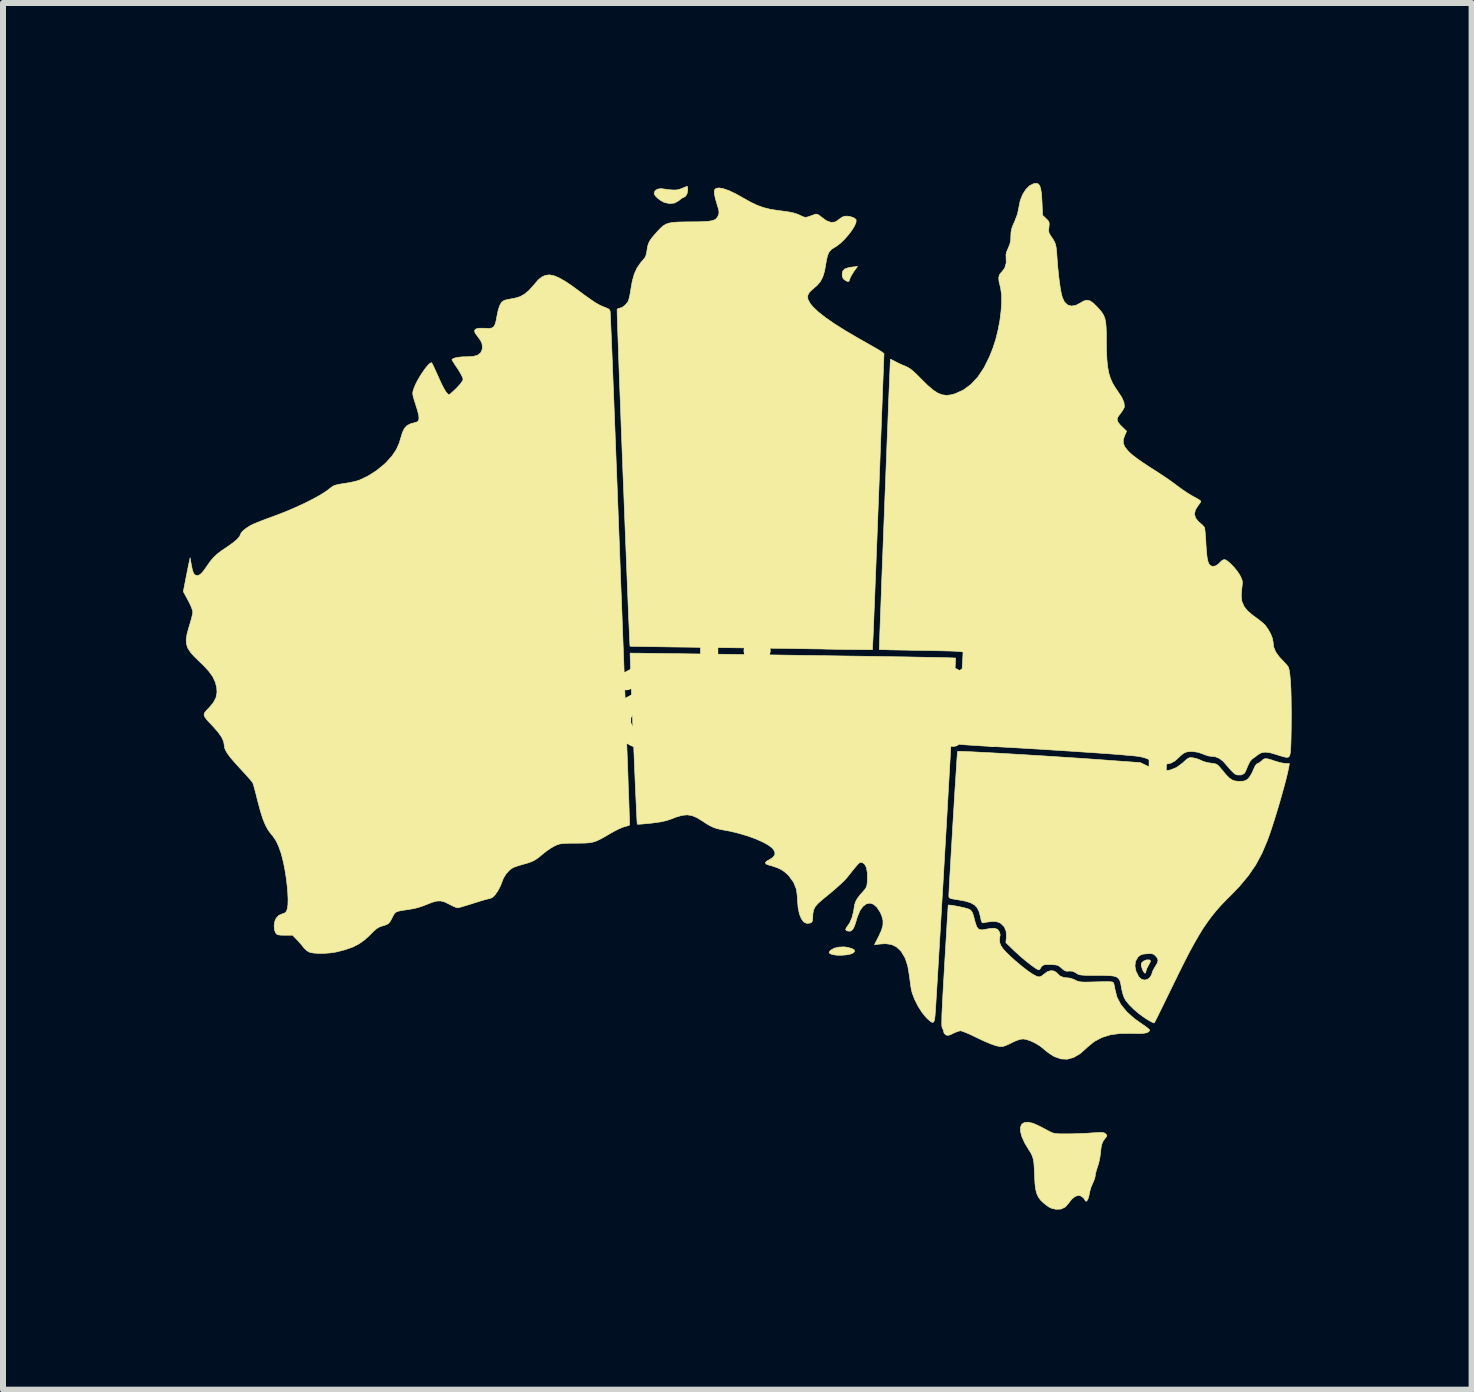
<source format=kicad_pcb>
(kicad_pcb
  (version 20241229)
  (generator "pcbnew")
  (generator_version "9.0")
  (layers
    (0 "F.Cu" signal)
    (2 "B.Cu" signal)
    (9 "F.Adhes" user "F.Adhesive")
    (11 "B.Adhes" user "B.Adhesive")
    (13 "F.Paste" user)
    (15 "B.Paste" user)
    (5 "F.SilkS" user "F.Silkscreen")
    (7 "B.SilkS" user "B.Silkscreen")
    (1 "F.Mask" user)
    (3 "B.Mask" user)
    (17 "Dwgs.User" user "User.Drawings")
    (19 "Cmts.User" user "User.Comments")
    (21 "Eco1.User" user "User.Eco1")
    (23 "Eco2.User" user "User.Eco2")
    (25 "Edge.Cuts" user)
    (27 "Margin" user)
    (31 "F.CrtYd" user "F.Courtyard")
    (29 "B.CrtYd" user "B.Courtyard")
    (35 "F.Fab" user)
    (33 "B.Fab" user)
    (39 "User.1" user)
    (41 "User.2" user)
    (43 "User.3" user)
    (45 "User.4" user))
  (footprint "australia_map"
    (layer "F.Cu")
    (at 9.239 8.555)
    (property "Reference" "australia_map" (at 0 0 0) (layer "F.SilkS") (effects (font (size 1.524 1.524) (thickness 0.3))))
    (attr through_hole)
    (fp_poly (pts (xy 1.941 -7.084) (xy 1.907 -7.03) (xy 1.88 -6.981) (xy 1.871 -6.955) (xy 1.858 -6.92) (xy 1.84 -6.912) (xy 1.806 -6.928) (xy 1.803 -6.929) (xy 1.764 -6.959) (xy 1.747 -6.998) (xy 1.744 -7.037) (xy 1.754 -7.087) (xy 1.786 -7.122) (xy 1.845 -7.144) (xy 1.902 -7.154) (xy 2 -7.165) (xy 1.941 -7.084)) (stroke (width 0.01) (type solid)) (fill yes) (layer "F.SilkS"))
    (fp_poly (pts (xy 6.862 4.39) (xy 6.865 4.391) (xy 6.88 4.401) (xy 6.88 4.419) (xy 6.864 4.453) (xy 6.85 4.476) (xy 6.825 4.524) (xy 6.81 4.564) (xy 6.807 4.577) (xy 6.801 4.608) (xy 6.786 4.61) (xy 6.765 4.585) (xy 6.746 4.545) (xy 6.729 4.487) (xy 6.729 4.45) (xy 6.734 4.439) (xy 6.768 4.409) (xy 6.817 4.39) (xy 6.862 4.39)) (stroke (width 0.01) (type solid)) (fill yes) (layer "F.SilkS"))
    (fp_poly (pts (xy 1.837 4.181) (xy 1.909 4.202) (xy 1.946 4.224) (xy 1.951 4.249) (xy 1.923 4.276) (xy 1.922 4.277) (xy 1.877 4.295) (xy 1.81 4.307) (xy 1.732 4.313) (xy 1.656 4.312) (xy 1.592 4.303) (xy 1.579 4.3) (xy 1.537 4.283) (xy 1.527 4.263) (xy 1.546 4.236) (xy 1.554 4.229) (xy 1.611 4.196) (xy 1.688 4.177) (xy 1.774 4.173) (xy 1.837 4.181)) (stroke (width 0.01) (type solid)) (fill yes) (layer "F.SilkS"))
    (fp_poly (pts (xy -0.832 -8.486) (xy -0.83 -8.448) (xy -0.83 -8.435) (xy -0.839 -8.382) (xy -0.863 -8.338) (xy -0.895 -8.316) (xy -0.905 -8.314) (xy -0.925 -8.304) (xy -0.959 -8.278) (xy -0.976 -8.263) (xy -1.046 -8.223) (xy -1.128 -8.212) (xy -1.216 -8.231) (xy -1.228 -8.236) (xy -1.282 -8.266) (xy -1.333 -8.305) (xy -1.371 -8.344) (xy -1.388 -8.377) (xy -1.389 -8.381) (xy -1.374 -8.425) (xy -1.334 -8.453) (xy -1.275 -8.462) (xy -1.25 -8.459) (xy -1.153 -8.446) (xy -1.081 -8.439) (xy -1.027 -8.439) (xy -0.982 -8.446) (xy -0.939 -8.46) (xy -0.926 -8.465) (xy -0.878 -8.485) (xy -0.846 -8.498) (xy -0.837 -8.501) (xy -0.832 -8.486)) (stroke (width 0.01) (type solid)) (fill yes) (layer "F.SilkS"))
    (fp_poly (pts (xy 4.925 7.113) (xy 5.023 7.156) (xy 5.09 7.191) (xy 5.156 7.226) (xy 5.206 7.253) (xy 5.207 7.253) (xy 5.241 7.269) (xy 5.277 7.28) (xy 5.324 7.286) (xy 5.389 7.289) (xy 5.478 7.289) (xy 5.584 7.288) (xy 5.705 7.284) (xy 5.825 7.279) (xy 5.893 7.274) (xy 5.983 7.269) (xy 6.044 7.266) (xy 6.085 7.267) (xy 6.111 7.273) (xy 6.128 7.283) (xy 6.136 7.29) (xy 6.155 7.313) (xy 6.152 7.332) (xy 6.133 7.355) (xy 6.096 7.403) (xy 6.073 7.455) (xy 6.058 7.522) (xy 6.05 7.6) (xy 6.039 7.685) (xy 6.02 7.773) (xy 6 7.836) (xy 5.98 7.899) (xy 5.965 7.955) (xy 5.961 7.989) (xy 5.953 8.03) (xy 5.932 8.085) (xy 5.917 8.116) (xy 5.889 8.182) (xy 5.869 8.254) (xy 5.864 8.281) (xy 5.853 8.338) (xy 5.837 8.382) (xy 5.819 8.409) (xy 5.803 8.411) (xy 5.796 8.401) (xy 5.766 8.356) (xy 5.721 8.324) (xy 5.683 8.314) (xy 5.63 8.33) (xy 5.575 8.372) (xy 5.523 8.436) (xy 5.52 8.442) (xy 5.463 8.507) (xy 5.393 8.542) (xy 5.308 8.546) (xy 5.235 8.53) (xy 5.192 8.509) (xy 5.139 8.472) (xy 5.097 8.438) (xy 5.048 8.39) (xy 5.012 8.339) (xy 4.986 8.281) (xy 4.968 8.209) (xy 4.957 8.117) (xy 4.951 7.999) (xy 4.95 7.967) (xy 4.945 7.858) (xy 4.939 7.774) (xy 4.929 7.711) (xy 4.913 7.659) (xy 4.891 7.611) (xy 4.859 7.561) (xy 4.859 7.561) (xy 4.787 7.442) (xy 4.74 7.338) (xy 4.716 7.25) (xy 4.715 7.18) (xy 4.736 7.129) (xy 4.779 7.1) (xy 4.842 7.094) (xy 4.925 7.113)) (stroke (width 0.01) (type solid)) (fill yes) (layer "F.SilkS"))
    (fp_poly (pts (xy 3.574 3.481) (xy 3.632 3.491) (xy 3.698 3.504) (xy 3.763 3.518) (xy 3.817 3.532) (xy 3.852 3.543) (xy 3.856 3.545) (xy 3.882 3.56) (xy 3.9 3.579) (xy 3.916 3.607) (xy 3.932 3.652) (xy 3.95 3.721) (xy 3.963 3.771) (xy 3.987 3.84) (xy 4.02 3.879) (xy 4.066 3.89) (xy 4.092 3.888) (xy 4.151 3.877) (xy 4.208 3.867) (xy 4.283 3.863) (xy 4.335 3.882) (xy 4.365 3.925) (xy 4.366 3.927) (xy 4.376 3.964) (xy 4.376 3.983) (xy 4.376 3.984) (xy 4.371 4.003) (xy 4.367 4.044) (xy 4.366 4.06) (xy 4.37 4.104) (xy 4.388 4.15) (xy 4.422 4.202) (xy 4.475 4.262) (xy 4.551 4.335) (xy 4.63 4.406) (xy 4.741 4.499) (xy 4.838 4.574) (xy 4.92 4.629) (xy 4.983 4.663) (xy 5.024 4.674) (xy 5.067 4.66) (xy 5.112 4.625) (xy 5.114 4.623) (xy 5.166 4.585) (xy 5.225 4.569) (xy 5.28 4.577) (xy 5.323 4.608) (xy 5.326 4.613) (xy 5.374 4.658) (xy 5.44 4.685) (xy 5.498 4.689) (xy 5.541 4.694) (xy 5.596 4.712) (xy 5.622 4.724) (xy 5.657 4.741) (xy 5.692 4.752) (xy 5.733 4.758) (xy 5.788 4.76) (xy 5.867 4.759) (xy 5.901 4.758) (xy 6.018 4.755) (xy 6.105 4.753) (xy 6.168 4.753) (xy 6.21 4.754) (xy 6.237 4.757) (xy 6.252 4.761) (xy 6.261 4.768) (xy 6.265 4.775) (xy 6.276 4.805) (xy 6.286 4.855) (xy 6.291 4.884) (xy 6.323 5.011) (xy 6.388 5.134) (xy 6.485 5.254) (xy 6.616 5.371) (xy 6.744 5.461) (xy 6.801 5.5) (xy 6.844 5.533) (xy 6.867 5.556) (xy 6.869 5.563) (xy 6.852 5.588) (xy 6.815 5.605) (xy 6.756 5.615) (xy 6.671 5.617) (xy 6.575 5.614) (xy 6.385 5.615) (xy 6.219 5.637) (xy 6.073 5.682) (xy 5.945 5.75) (xy 5.831 5.843) (xy 5.815 5.859) (xy 5.707 5.954) (xy 5.601 6.016) (xy 5.495 6.045) (xy 5.39 6.04) (xy 5.283 6.002) (xy 5.266 5.993) (xy 5.202 5.953) (xy 5.137 5.904) (xy 5.105 5.876) (xy 5.043 5.826) (xy 4.966 5.779) (xy 4.884 5.74) (xy 4.808 5.714) (xy 4.755 5.707) (xy 4.699 5.716) (xy 4.627 5.743) (xy 4.582 5.764) (xy 4.52 5.795) (xy 4.463 5.819) (xy 4.423 5.833) (xy 4.422 5.833) (xy 4.374 5.834) (xy 4.307 5.82) (xy 4.218 5.789) (xy 4.105 5.741) (xy 3.966 5.675) (xy 3.962 5.673) (xy 3.883 5.635) (xy 3.811 5.604) (xy 3.755 5.582) (xy 3.72 5.571) (xy 3.716 5.571) (xy 3.68 5.579) (xy 3.628 5.598) (xy 3.593 5.615) (xy 3.54 5.64) (xy 3.505 5.648) (xy 3.478 5.642) (xy 3.473 5.64) (xy 3.445 5.614) (xy 3.437 5.591) (xy 3.428 5.554) (xy 3.414 5.528) (xy 3.41 5.517) (xy 3.406 5.498) (xy 3.404 5.467) (xy 3.404 5.423) (xy 3.405 5.363) (xy 3.407 5.284) (xy 3.412 5.185) (xy 3.418 5.062) (xy 3.426 4.913) (xy 3.436 4.736) (xy 3.448 4.528) (xy 3.45 4.487) (xy 3.461 4.306) (xy 3.471 4.135) (xy 3.481 3.978) (xy 3.489 3.837) (xy 3.496 3.715) (xy 3.503 3.615) (xy 3.507 3.54) (xy 3.51 3.493) (xy 3.512 3.477) (xy 3.53 3.476) (xy 3.574 3.481)) (stroke (width 0.01) (type solid)) (fill yes) (layer "F.SilkS"))
    (fp_poly (pts (xy -0.235 -8.461) (xy -0.139 -8.427) (xy -0.024 -8.372) (xy 0.092 -8.307) (xy 0.215 -8.238) (xy 0.324 -8.186) (xy 0.429 -8.147) (xy 0.541 -8.119) (xy 0.671 -8.098) (xy 0.75 -8.088) (xy 0.858 -8.073) (xy 0.941 -8.055) (xy 1.008 -8.033) (xy 1.036 -8.02) (xy 1.089 -7.995) (xy 1.124 -7.984) (xy 1.155 -7.986) (xy 1.195 -7.998) (xy 1.204 -8.001) (xy 1.255 -8.02) (xy 1.296 -8.034) (xy 1.306 -8.038) (xy 1.337 -8.032) (xy 1.381 -8.003) (xy 1.401 -7.986) (xy 1.482 -7.927) (xy 1.557 -7.9) (xy 1.626 -7.905) (xy 1.687 -7.944) (xy 1.695 -7.952) (xy 1.739 -7.984) (xy 1.785 -8.002) (xy 1.838 -8.003) (xy 1.894 -7.992) (xy 1.943 -7.972) (xy 1.973 -7.948) (xy 1.978 -7.937) (xy 1.973 -7.892) (xy 1.945 -7.831) (xy 1.901 -7.761) (xy 1.844 -7.687) (xy 1.78 -7.615) (xy 1.712 -7.55) (xy 1.646 -7.5) (xy 1.617 -7.483) (xy 1.565 -7.449) (xy 1.527 -7.406) (xy 1.501 -7.348) (xy 1.482 -7.266) (xy 1.473 -7.212) (xy 1.451 -7.089) (xy 1.422 -6.993) (xy 1.382 -6.915) (xy 1.326 -6.849) (xy 1.258 -6.791) (xy 1.198 -6.735) (xy 1.17 -6.679) (xy 1.173 -6.619) (xy 1.208 -6.552) (xy 1.256 -6.493) (xy 1.344 -6.409) (xy 1.463 -6.315) (xy 1.614 -6.21) (xy 1.796 -6.095) (xy 2.01 -5.97) (xy 2.142 -5.895) (xy 2.223 -5.849) (xy 2.297 -5.807) (xy 2.356 -5.772) (xy 2.394 -5.748) (xy 2.402 -5.743) (xy 2.441 -5.713) (xy 2.356 -3.453) (xy 2.345 -3.175) (xy 2.335 -2.904) (xy 2.325 -2.642) (xy 2.315 -2.391) (xy 2.306 -2.153) (xy 2.297 -1.93) (xy 2.289 -1.726) (xy 2.282 -1.541) (xy 2.275 -1.379) (xy 2.27 -1.241) (xy 2.265 -1.13) (xy 2.262 -1.047) (xy 2.259 -0.995) (xy 2.259 -0.986) (xy 2.248 -0.779) (xy 1.899 -0.782) (xy 1.785 -0.783) (xy 1.675 -0.785) (xy 1.577 -0.787) (xy 1.497 -0.788) (xy 1.443 -0.79) (xy 1.439 -0.79) (xy 1.406 -0.791) (xy 1.342 -0.792) (xy 1.249 -0.793) (xy 1.13 -0.795) (xy 0.988 -0.797) (xy 0.825 -0.8) (xy 0.643 -0.802) (xy 0.445 -0.805) (xy 0.235 -0.807) (xy 0.014 -0.81) (xy -0.215 -0.813) (xy -0.228 -0.813) (xy -0.455 -0.816) (xy -0.672 -0.819) (xy -0.876 -0.822) (xy -1.067 -0.824) (xy -1.24 -0.827) (xy -1.393 -0.829) (xy -1.526 -0.831) (xy -1.634 -0.833) (xy -1.716 -0.834) (xy -1.768 -0.836) (xy -1.79 -0.837) (xy -1.791 -0.837) (xy -1.792 -0.854) (xy -1.795 -0.903) (xy -1.799 -0.982) (xy -1.803 -1.088) (xy -1.809 -1.22) (xy -1.816 -1.374) (xy -1.823 -1.549) (xy -1.831 -1.744) (xy -1.839 -1.954) (xy -1.848 -2.18) (xy -1.857 -2.417) (xy -1.867 -2.665) (xy -1.877 -2.921) (xy -1.887 -3.183) (xy -1.897 -3.448) (xy -1.908 -3.715) (xy -1.918 -3.982) (xy -1.928 -4.246) (xy -1.938 -4.505) (xy -1.947 -4.756) (xy -1.956 -4.999) (xy -1.965 -5.231) (xy -1.973 -5.449) (xy -1.98 -5.651) (xy -1.986 -5.835) (xy -1.992 -6) (xy -1.997 -6.143) (xy -2.001 -6.261) (xy -2.004 -6.353) (xy -2.005 -6.416) (xy -2.006 -6.449) (xy -2.005 -6.453) (xy -1.983 -6.466) (xy -1.966 -6.469) (xy -1.924 -6.482) (xy -1.877 -6.516) (xy -1.836 -6.562) (xy -1.821 -6.585) (xy -1.808 -6.624) (xy -1.794 -6.684) (xy -1.781 -6.755) (xy -1.779 -6.774) (xy -1.753 -6.921) (xy -1.719 -7.041) (xy -1.673 -7.141) (xy -1.612 -7.229) (xy -1.579 -7.267) (xy -1.545 -7.307) (xy -1.525 -7.349) (xy -1.512 -7.405) (xy -1.507 -7.441) (xy -1.497 -7.5) (xy -1.482 -7.551) (xy -1.455 -7.601) (xy -1.415 -7.656) (xy -1.356 -7.724) (xy -1.321 -7.762) (xy -1.276 -7.809) (xy -1.234 -7.845) (xy -1.19 -7.87) (xy -1.138 -7.888) (xy -1.072 -7.899) (xy -0.988 -7.905) (xy -0.878 -7.907) (xy -0.796 -7.908) (xy -0.662 -7.909) (xy -0.558 -7.912) (xy -0.48 -7.918) (xy -0.422 -7.928) (xy -0.381 -7.942) (xy -0.353 -7.962) (xy -0.333 -7.989) (xy -0.326 -8.002) (xy -0.313 -8.033) (xy -0.308 -8.061) (xy -0.311 -8.095) (xy -0.324 -8.146) (xy -0.338 -8.192) (xy -0.367 -8.292) (xy -0.383 -8.366) (xy -0.386 -8.416) (xy -0.378 -8.448) (xy -0.36 -8.464) (xy -0.309 -8.474) (xy -0.235 -8.461)) (stroke (width 0.01) (type solid)) (fill yes) (layer "F.SilkS"))
    (fp_poly (pts (xy -1.724 -0.721) (xy -1.648 -0.721) (xy -1.546 -0.719) (xy -1.422 -0.718) (xy -1.278 -0.716) (xy -1.116 -0.714) (xy -0.941 -0.712) (xy -0.754 -0.709) (xy -0.669 -0.708) (xy -0.181 -0.702) (xy 0.274 -0.696) (xy 0.696 -0.69) (xy 1.087 -0.684) (xy 1.446 -0.679) (xy 1.775 -0.674) (xy 2.075 -0.67) (xy 2.346 -0.666) (xy 2.589 -0.662) (xy 2.805 -0.659) (xy 2.994 -0.655) (xy 3.157 -0.652) (xy 3.294 -0.65) (xy 3.408 -0.647) (xy 3.497 -0.645) (xy 3.564 -0.643) (xy 3.608 -0.641) (xy 3.63 -0.64) (xy 3.634 -0.639) (xy 3.633 -0.622) (xy 3.631 -0.573) (xy 3.627 -0.494) (xy 3.622 -0.388) (xy 3.615 -0.256) (xy 3.607 -0.101) (xy 3.597 0.075) (xy 3.586 0.271) (xy 3.574 0.484) (xy 3.562 0.712) (xy 3.548 0.953) (xy 3.534 1.204) (xy 3.519 1.465) (xy 3.504 1.732) (xy 3.489 2.004) (xy 3.473 2.279) (xy 3.457 2.554) (xy 3.441 2.827) (xy 3.426 3.097) (xy 3.41 3.361) (xy 3.395 3.617) (xy 3.381 3.863) (xy 3.367 4.098) (xy 3.354 4.318) (xy 3.342 4.522) (xy 3.331 4.707) (xy 3.321 4.873) (xy 3.312 5.016) (xy 3.305 5.134) (xy 3.299 5.226) (xy 3.294 5.289) (xy 3.293 5.313) (xy 3.284 5.383) (xy 3.271 5.423) (xy 3.249 5.433) (xy 3.215 5.415) (xy 3.165 5.37) (xy 3.14 5.345) (xy 3.075 5.265) (xy 3.011 5.165) (xy 2.956 5.057) (xy 2.915 4.953) (xy 2.898 4.89) (xy 2.888 4.83) (xy 2.877 4.752) (xy 2.867 4.668) (xy 2.864 4.648) (xy 2.837 4.49) (xy 2.794 4.36) (xy 2.733 4.256) (xy 2.718 4.238) (xy 2.647 4.172) (xy 2.566 4.134) (xy 2.469 4.12) (xy 2.399 4.124) (xy 2.283 4.135) (xy 2.355 3.995) (xy 2.401 3.894) (xy 2.424 3.81) (xy 2.425 3.732) (xy 2.404 3.653) (xy 2.377 3.594) (xy 2.323 3.512) (xy 2.265 3.462) (xy 2.205 3.444) (xy 2.145 3.457) (xy 2.089 3.5) (xy 2.039 3.572) (xy 1.997 3.674) (xy 1.989 3.7) (xy 1.962 3.79) (xy 1.938 3.852) (xy 1.914 3.889) (xy 1.887 3.908) (xy 1.862 3.912) (xy 1.817 3.904) (xy 1.802 3.882) (xy 1.818 3.847) (xy 1.826 3.838) (xy 1.87 3.774) (xy 1.908 3.687) (xy 1.933 3.588) (xy 1.94 3.548) (xy 1.951 3.475) (xy 1.969 3.418) (xy 1.999 3.364) (xy 2.046 3.304) (xy 2.077 3.269) (xy 2.119 3.221) (xy 2.144 3.184) (xy 2.157 3.146) (xy 2.163 3.094) (xy 2.165 3.051) (xy 2.164 2.936) (xy 2.148 2.85) (xy 2.117 2.793) (xy 2.088 2.773) (xy 2.06 2.763) (xy 2.036 2.77) (xy 2.006 2.796) (xy 1.992 2.812) (xy 1.954 2.857) (xy 1.907 2.915) (xy 1.86 2.974) (xy 1.822 3.022) (xy 1.776 3.071) (xy 1.719 3.126) (xy 1.648 3.19) (xy 1.559 3.266) (xy 1.447 3.358) (xy 1.418 3.382) (xy 1.346 3.445) (xy 1.297 3.5) (xy 1.269 3.556) (xy 1.256 3.621) (xy 1.253 3.688) (xy 1.25 3.736) (xy 1.237 3.762) (xy 1.211 3.776) (xy 1.155 3.782) (xy 1.105 3.758) (xy 1.064 3.704) (xy 1.032 3.624) (xy 1.01 3.519) (xy 1 3.393) (xy 0.999 3.349) (xy 0.983 3.217) (xy 0.935 3.097) (xy 0.856 2.989) (xy 0.837 2.969) (xy 0.78 2.919) (xy 0.723 2.882) (xy 0.655 2.851) (xy 0.567 2.822) (xy 0.528 2.812) (xy 0.479 2.793) (xy 0.464 2.772) (xy 0.482 2.748) (xy 0.518 2.728) (xy 0.586 2.686) (xy 0.622 2.64) (xy 0.623 2.591) (xy 0.591 2.539) (xy 0.576 2.523) (xy 0.508 2.473) (xy 0.413 2.422) (xy 0.297 2.371) (xy 0.166 2.324) (xy 0.025 2.282) (xy -0.119 2.247) (xy -0.177 2.236) (xy -0.274 2.218) (xy -0.346 2.201) (xy -0.406 2.18) (xy -0.462 2.153) (xy -0.526 2.115) (xy -0.586 2.075) (xy -0.678 2.019) (xy -0.76 1.985) (xy -0.84 1.973) (xy -0.926 1.982) (xy -1.025 2.011) (xy -1.107 2.043) (xy -1.184 2.069) (xy -1.285 2.091) (xy -1.416 2.109) (xy -1.434 2.111) (xy -1.518 2.12) (xy -1.59 2.126) (xy -1.642 2.13) (xy -1.668 2.129) (xy -1.67 2.128) (xy -1.672 2.111) (xy -1.675 2.063) (xy -1.679 1.987) (xy -1.684 1.886) (xy -1.689 1.764) (xy -1.696 1.622) (xy -1.703 1.466) (xy -1.71 1.296) (xy -1.718 1.117) (xy -1.725 0.931) (xy -1.733 0.742) (xy -1.741 0.551) (xy -1.749 0.364) (xy -1.756 0.182) (xy -1.763 0.008) (xy -1.77 -0.154) (xy -1.775 -0.302) (xy -1.78 -0.433) (xy -1.784 -0.542) (xy -1.787 -0.629) (xy -1.789 -0.688) (xy -1.789 -0.718) (xy -1.789 -0.722) (xy -1.772 -0.722) (xy -1.724 -0.721)) (stroke (width 0.01) (type solid)) (fill yes) (layer "F.SilkS"))
    (fp_poly (pts (xy 3.736 0.916) (xy 3.813 0.919) (xy 3.916 0.923) (xy 4.041 0.93) (xy 4.186 0.937) (xy 4.347 0.946) (xy 4.522 0.956) (xy 4.707 0.967) (xy 4.901 0.979) (xy 5.1 0.991) (xy 5.301 1.004) (xy 5.501 1.017) (xy 5.698 1.03) (xy 5.889 1.043) (xy 6.07 1.056) (xy 6.231 1.068) (xy 6.714 1.103) (xy 6.841 1.165) (xy 6.974 1.217) (xy 7.096 1.238) (xy 7.208 1.227) (xy 7.314 1.185) (xy 7.415 1.111) (xy 7.42 1.106) (xy 7.471 1.06) (xy 7.506 1.033) (xy 7.535 1.021) (xy 7.565 1.02) (xy 7.597 1.024) (xy 7.659 1.039) (xy 7.717 1.062) (xy 7.728 1.068) (xy 7.776 1.088) (xy 7.841 1.104) (xy 7.888 1.111) (xy 7.939 1.118) (xy 7.975 1.127) (xy 8.005 1.146) (xy 8.037 1.179) (xy 8.081 1.233) (xy 8.144 1.308) (xy 8.195 1.359) (xy 8.241 1.391) (xy 8.288 1.408) (xy 8.344 1.414) (xy 8.366 1.414) (xy 8.426 1.412) (xy 8.466 1.402) (xy 8.498 1.381) (xy 8.513 1.367) (xy 8.545 1.325) (xy 8.578 1.265) (xy 8.596 1.223) (xy 8.626 1.158) (xy 8.654 1.124) (xy 8.664 1.12) (xy 8.697 1.104) (xy 8.734 1.074) (xy 8.734 1.074) (xy 8.761 1.049) (xy 8.789 1.037) (xy 8.826 1.038) (xy 8.878 1.051) (xy 8.949 1.075) (xy 9.018 1.096) (xy 9.084 1.111) (xy 9.132 1.117) (xy 9.196 1.118) (xy 9.186 1.181) (xy 9.169 1.261) (xy 9.144 1.367) (xy 9.111 1.492) (xy 9.072 1.632) (xy 9.03 1.78) (xy 8.985 1.93) (xy 8.94 2.075) (xy 8.896 2.211) (xy 8.855 2.331) (xy 8.83 2.399) (xy 8.74 2.612) (xy 8.636 2.806) (xy 8.512 2.987) (xy 8.365 3.163) (xy 8.239 3.294) (xy 8.143 3.39) (xy 8.055 3.482) (xy 7.975 3.572) (xy 7.9 3.665) (xy 7.828 3.763) (xy 7.756 3.869) (xy 7.684 3.986) (xy 7.608 4.118) (xy 7.527 4.267) (xy 7.44 4.437) (xy 7.343 4.632) (xy 7.235 4.853) (xy 7.207 4.911) (xy 7.147 5.033) (xy 7.092 5.147) (xy 7.043 5.246) (xy 7.002 5.329) (xy 6.971 5.391) (xy 6.951 5.429) (xy 6.945 5.44) (xy 6.926 5.437) (xy 6.887 5.417) (xy 6.833 5.386) (xy 6.798 5.364) (xy 6.697 5.292) (xy 6.605 5.214) (xy 6.528 5.137) (xy 6.47 5.066) (xy 6.446 5.024) (xy 6.426 4.971) (xy 6.408 4.903) (xy 6.399 4.857) (xy 6.387 4.789) (xy 6.373 4.738) (xy 6.351 4.701) (xy 6.318 4.676) (xy 6.27 4.66) (xy 6.201 4.652) (xy 6.107 4.649) (xy 5.986 4.648) (xy 5.88 4.648) (xy 5.803 4.647) (xy 5.748 4.644) (xy 5.709 4.639) (xy 5.682 4.632) (xy 5.66 4.62) (xy 5.642 4.608) (xy 5.589 4.58) (xy 5.534 4.575) (xy 5.524 4.577) (xy 5.48 4.578) (xy 5.445 4.565) (xy 5.404 4.531) (xy 5.402 4.528) (xy 5.368 4.499) (xy 5.36 4.494) (xy 6.623 4.494) (xy 6.641 4.581) (xy 6.687 4.671) (xy 6.692 4.678) (xy 6.737 4.716) (xy 6.79 4.726) (xy 6.843 4.708) (xy 6.874 4.68) (xy 6.898 4.641) (xy 6.909 4.609) (xy 6.909 4.608) (xy 6.918 4.579) (xy 6.941 4.535) (xy 6.96 4.504) (xy 6.995 4.444) (xy 7.008 4.398) (xy 6.997 4.36) (xy 6.967 4.324) (xy 6.939 4.299) (xy 6.91 4.288) (xy 6.868 4.285) (xy 6.82 4.288) (xy 6.759 4.294) (xy 6.719 4.307) (xy 6.687 4.33) (xy 6.669 4.349) (xy 6.632 4.415) (xy 6.623 4.494) (xy 5.36 4.494) (xy 5.338 4.482) (xy 5.299 4.473) (xy 5.24 4.469) (xy 5.217 4.469) (xy 5.151 4.468) (xy 5.109 4.472) (xy 5.082 4.486) (xy 5.058 4.513) (xy 5.038 4.546) (xy 5.027 4.555) (xy 5.009 4.553) (xy 4.978 4.537) (xy 4.931 4.504) (xy 4.877 4.464) (xy 4.797 4.401) (xy 4.709 4.326) (xy 4.628 4.252) (xy 4.603 4.229) (xy 4.472 4.102) (xy 4.481 4.011) (xy 4.477 3.915) (xy 4.446 3.839) (xy 4.388 3.782) (xy 4.369 3.771) (xy 4.314 3.752) (xy 4.246 3.749) (xy 4.158 3.76) (xy 4.113 3.769) (xy 4.089 3.773) (xy 4.074 3.765) (xy 4.063 3.741) (xy 4.052 3.692) (xy 4.047 3.666) (xy 4.026 3.585) (xy 3.995 3.522) (xy 3.949 3.474) (xy 3.884 3.438) (xy 3.795 3.411) (xy 3.677 3.389) (xy 3.657 3.386) (xy 3.59 3.375) (xy 3.55 3.366) (xy 3.53 3.355) (xy 3.523 3.338) (xy 3.522 3.321) (xy 3.523 3.29) (xy 3.526 3.23) (xy 3.53 3.144) (xy 3.536 3.036) (xy 3.544 2.908) (xy 3.552 2.764) (xy 3.561 2.608) (xy 3.571 2.442) (xy 3.581 2.27) (xy 3.591 2.096) (xy 3.602 1.921) (xy 3.612 1.751) (xy 3.622 1.587) (xy 3.632 1.434) (xy 3.641 1.295) (xy 3.649 1.172) (xy 3.655 1.07) (xy 3.661 0.991) (xy 3.665 0.939) (xy 3.667 0.917) (xy 3.667 0.916) (xy 3.686 0.915) (xy 3.736 0.916)) (stroke (width 0.01) (type solid)) (fill yes) (layer "F.SilkS"))
    (fp_poly (pts (xy 5.011 -8.541) (xy 5.035 -8.512) (xy 5.052 -8.462) (xy 5.064 -8.387) (xy 5.072 -8.282) (xy 5.075 -8.23) (xy 5.084 -8.018) (xy 5.142 -7.963) (xy 5.176 -7.928) (xy 5.192 -7.899) (xy 5.194 -7.862) (xy 5.19 -7.819) (xy 5.185 -7.762) (xy 5.192 -7.722) (xy 5.213 -7.684) (xy 5.222 -7.671) (xy 5.259 -7.617) (xy 5.285 -7.571) (xy 5.302 -7.523) (xy 5.313 -7.465) (xy 5.32 -7.388) (xy 5.324 -7.324) (xy 5.334 -7.187) (xy 5.347 -7.052) (xy 5.362 -6.924) (xy 5.378 -6.811) (xy 5.395 -6.718) (xy 5.412 -6.652) (xy 5.412 -6.651) (xy 5.45 -6.571) (xy 5.503 -6.522) (xy 5.567 -6.505) (xy 5.641 -6.519) (xy 5.707 -6.553) (xy 5.771 -6.59) (xy 5.824 -6.603) (xy 5.874 -6.592) (xy 5.928 -6.554) (xy 5.977 -6.507) (xy 6.031 -6.45) (xy 6.072 -6.399) (xy 6.102 -6.35) (xy 6.123 -6.296) (xy 6.136 -6.231) (xy 6.143 -6.149) (xy 6.147 -6.045) (xy 6.147 -5.926) (xy 6.149 -5.755) (xy 6.156 -5.613) (xy 6.168 -5.494) (xy 6.186 -5.393) (xy 6.213 -5.305) (xy 6.248 -5.225) (xy 6.294 -5.147) (xy 6.338 -5.083) (xy 6.404 -4.982) (xy 6.44 -4.898) (xy 6.447 -4.831) (xy 6.445 -4.818) (xy 6.428 -4.783) (xy 6.397 -4.736) (xy 6.375 -4.707) (xy 6.339 -4.658) (xy 6.326 -4.617) (xy 6.337 -4.576) (xy 6.373 -4.529) (xy 6.41 -4.492) (xy 6.484 -4.42) (xy 6.451 -4.345) (xy 6.429 -4.278) (xy 6.429 -4.219) (xy 6.453 -4.16) (xy 6.504 -4.095) (xy 6.535 -4.063) (xy 6.587 -4.018) (xy 6.663 -3.96) (xy 6.756 -3.895) (xy 6.86 -3.826) (xy 6.9 -3.801) (xy 7 -3.737) (xy 7.103 -3.669) (xy 7.201 -3.602) (xy 7.284 -3.542) (xy 7.328 -3.509) (xy 7.405 -3.452) (xy 7.487 -3.397) (xy 7.562 -3.35) (xy 7.604 -3.327) (xy 7.659 -3.297) (xy 7.701 -3.271) (xy 7.721 -3.254) (xy 7.722 -3.252) (xy 7.712 -3.23) (xy 7.687 -3.196) (xy 7.68 -3.187) (xy 7.631 -3.111) (xy 7.615 -3.04) (xy 7.633 -2.973) (xy 7.685 -2.909) (xy 7.71 -2.888) (xy 7.75 -2.854) (xy 7.777 -2.822) (xy 7.782 -2.814) (xy 7.787 -2.788) (xy 7.793 -2.734) (xy 7.799 -2.661) (xy 7.805 -2.574) (xy 7.806 -2.54) (xy 7.815 -2.414) (xy 7.825 -2.319) (xy 7.839 -2.251) (xy 7.858 -2.205) (xy 7.882 -2.179) (xy 7.914 -2.168) (xy 7.926 -2.167) (xy 7.971 -2.177) (xy 8.015 -2.208) (xy 8.035 -2.228) (xy 8.075 -2.266) (xy 8.106 -2.28) (xy 8.127 -2.278) (xy 8.167 -2.255) (xy 8.218 -2.21) (xy 8.273 -2.153) (xy 8.325 -2.09) (xy 8.366 -2.029) (xy 8.376 -2.01) (xy 8.399 -1.963) (xy 8.411 -1.926) (xy 8.413 -1.887) (xy 8.408 -1.833) (xy 8.403 -1.794) (xy 8.394 -1.68) (xy 8.405 -1.584) (xy 8.44 -1.501) (xy 8.501 -1.424) (xy 8.591 -1.348) (xy 8.628 -1.322) (xy 8.69 -1.276) (xy 8.747 -1.23) (xy 8.789 -1.191) (xy 8.796 -1.183) (xy 8.843 -1.117) (xy 8.884 -1.043) (xy 8.912 -0.972) (xy 8.924 -0.915) (xy 8.924 -0.913) (xy 8.935 -0.822) (xy 8.969 -0.739) (xy 9.031 -0.655) (xy 9.063 -0.621) (xy 9.111 -0.571) (xy 9.151 -0.526) (xy 9.175 -0.496) (xy 9.178 -0.491) (xy 9.192 -0.446) (xy 9.204 -0.368) (xy 9.214 -0.26) (xy 9.222 -0.124) (xy 9.226 0.04) (xy 9.228 0.228) (xy 9.229 0.273) (xy 9.228 0.401) (xy 9.227 0.527) (xy 9.225 0.644) (xy 9.223 0.746) (xy 9.22 0.825) (xy 9.218 0.861) (xy 9.212 0.932) (xy 9.204 0.98) (xy 9.187 1.007) (xy 9.158 1.016) (xy 9.11 1.008) (xy 9.038 0.987) (xy 8.976 0.967) (xy 8.875 0.938) (xy 8.795 0.928) (xy 8.732 0.937) (xy 8.679 0.966) (xy 8.664 0.978) (xy 8.621 1.011) (xy 8.582 1.038) (xy 8.541 1.081) (xy 8.503 1.158) (xy 8.499 1.168) (xy 8.477 1.223) (xy 8.456 1.266) (xy 8.443 1.285) (xy 8.392 1.308) (xy 8.332 1.309) (xy 8.295 1.296) (xy 8.264 1.271) (xy 8.22 1.227) (xy 8.173 1.173) (xy 8.162 1.159) (xy 8.093 1.081) (xy 8.028 1.031) (xy 7.961 1.005) (xy 7.899 0.999) (xy 7.845 0.991) (xy 7.785 0.971) (xy 7.772 0.965) (xy 7.677 0.931) (xy 7.574 0.916) (xy 7.494 0.922) (xy 7.439 0.943) (xy 7.38 0.99) (xy 7.355 1.015) (xy 7.29 1.074) (xy 7.229 1.108) (xy 7.204 1.116) (xy 7.14 1.129) (xy 7.086 1.132) (xy 7.031 1.122) (xy 6.964 1.099) (xy 6.893 1.068) (xy 6.841 1.044) (xy 6.796 1.026) (xy 6.752 1.013) (xy 6.703 1.003) (xy 6.642 0.994) (xy 6.561 0.986) (xy 6.455 0.977) (xy 6.435 0.975) (xy 6.316 0.965) (xy 6.168 0.954) (xy 5.996 0.942) (xy 5.804 0.929) (xy 5.597 0.915) (xy 5.38 0.901) (xy 5.157 0.887) (xy 4.934 0.873) (xy 4.715 0.86) (xy 4.504 0.848) (xy 4.318 0.838) (xy 4.188 0.831) (xy 4.065 0.824) (xy 3.955 0.817) (xy 3.863 0.811) (xy 3.793 0.806) (xy 3.751 0.803) (xy 3.747 0.802) (xy 3.728 0.801) (xy 3.713 0.8) (xy 3.7 0.797) (xy 3.69 0.788) (xy 3.683 0.771) (xy 3.679 0.744) (xy 3.677 0.703) (xy 3.678 0.645) (xy 3.681 0.568) (xy 3.686 0.47) (xy 3.693 0.346) (xy 3.703 0.195) (xy 3.714 0.014) (xy 3.717 -0.034) (xy 3.726 -0.183) (xy 3.735 -0.322) (xy 3.742 -0.447) (xy 3.749 -0.555) (xy 3.754 -0.641) (xy 3.757 -0.702) (xy 3.759 -0.734) (xy 3.759 -0.738) (xy 3.746 -0.743) (xy 3.705 -0.748) (xy 3.636 -0.753) (xy 3.537 -0.757) (xy 3.408 -0.76) (xy 3.247 -0.764) (xy 3.063 -0.767) (xy 2.913 -0.769) (xy 2.774 -0.772) (xy 2.649 -0.774) (xy 2.543 -0.776) (xy 2.458 -0.779) (xy 2.398 -0.78) (xy 2.367 -0.782) (xy 2.363 -0.782) (xy 2.363 -0.8) (xy 2.365 -0.848) (xy 2.368 -0.926) (xy 2.371 -1.031) (xy 2.376 -1.16) (xy 2.381 -1.312) (xy 2.388 -1.484) (xy 2.395 -1.673) (xy 2.402 -1.877) (xy 2.41 -2.095) (xy 2.419 -2.323) (xy 2.428 -2.56) (xy 2.437 -2.802) (xy 2.447 -3.049) (xy 2.456 -3.297) (xy 2.466 -3.543) (xy 2.475 -3.787) (xy 2.484 -4.025) (xy 2.493 -4.255) (xy 2.502 -4.476) (xy 2.51 -4.683) (xy 2.517 -4.876) (xy 2.524 -5.052) (xy 2.531 -5.208) (xy 2.536 -5.343) (xy 2.541 -5.453) (xy 2.544 -5.537) (xy 2.547 -5.593) (xy 2.548 -5.617) (xy 2.548 -5.618) (xy 2.564 -5.613) (xy 2.599 -5.596) (xy 2.626 -5.581) (xy 2.687 -5.55) (xy 2.759 -5.518) (xy 2.794 -5.504) (xy 2.837 -5.484) (xy 2.879 -5.458) (xy 2.927 -5.42) (xy 2.986 -5.365) (xy 3.061 -5.29) (xy 3.066 -5.284) (xy 3.169 -5.183) (xy 3.257 -5.108) (xy 3.335 -5.056) (xy 3.408 -5.027) (xy 3.48 -5.017) (xy 3.556 -5.025) (xy 3.629 -5.045) (xy 3.765 -5.107) (xy 3.89 -5.199) (xy 4.004 -5.321) (xy 4.107 -5.475) (xy 4.199 -5.66) (xy 4.258 -5.808) (xy 4.305 -5.954) (xy 4.343 -6.109) (xy 4.373 -6.267) (xy 4.392 -6.422) (xy 4.402 -6.566) (xy 4.4 -6.694) (xy 4.386 -6.8) (xy 4.38 -6.827) (xy 4.358 -6.913) (xy 4.353 -6.976) (xy 4.364 -7.023) (xy 4.392 -7.062) (xy 4.403 -7.072) (xy 4.454 -7.14) (xy 4.478 -7.225) (xy 4.476 -7.308) (xy 4.474 -7.362) (xy 4.486 -7.413) (xy 4.511 -7.47) (xy 4.539 -7.539) (xy 4.553 -7.608) (xy 4.555 -7.67) (xy 4.558 -7.736) (xy 4.569 -7.793) (xy 4.591 -7.854) (xy 4.616 -7.908) (xy 4.666 -8.039) (xy 4.69 -8.156) (xy 4.712 -8.265) (xy 4.752 -8.364) (xy 4.805 -8.448) (xy 4.867 -8.51) (xy 4.935 -8.544) (xy 4.937 -8.545) (xy 4.979 -8.55) (xy 5.011 -8.541)) (stroke (width 0.01) (type solid)) (fill yes) (layer "F.SilkS"))
    (fp_poly (pts (xy -3.059 -7.011) (xy -2.973 -6.975) (xy -2.871 -6.917) (xy -2.751 -6.836) (xy -2.652 -6.763) (xy -2.545 -6.684) (xy -2.459 -6.623) (xy -2.391 -6.576) (xy -2.335 -6.542) (xy -2.287 -6.516) (xy -2.241 -6.496) (xy -2.21 -6.484) (xy -2.157 -6.462) (xy -2.13 -6.44) (xy -2.122 -6.415) (xy -2.12 -6.386) (xy -2.117 -6.325) (xy -2.113 -6.235) (xy -2.108 -6.117) (xy -2.102 -5.972) (xy -2.095 -5.803) (xy -2.087 -5.611) (xy -2.079 -5.399) (xy -2.07 -5.167) (xy -2.06 -4.917) (xy -2.05 -4.651) (xy -2.039 -4.372) (xy -2.028 -4.08) (xy -2.016 -3.777) (xy -2.004 -3.466) (xy -1.992 -3.148) (xy -1.98 -2.824) (xy -1.967 -2.496) (xy -1.955 -2.167) (xy -1.943 -1.837) (xy -1.93 -1.509) (xy -1.918 -1.185) (xy -1.906 -0.865) (xy -1.894 -0.552) (xy -1.883 -0.248) (xy -1.872 0.046) (xy -1.862 0.328) (xy -1.852 0.596) (xy -1.843 0.849) (xy -1.834 1.084) (xy -1.826 1.3) (xy -1.82 1.496) (xy -1.813 1.669) (xy -1.808 1.818) (xy -1.804 1.941) (xy -1.801 2.037) (xy -1.799 2.103) (xy -1.799 2.138) (xy -1.799 2.143) (xy -1.82 2.153) (xy -1.863 2.165) (xy -1.883 2.17) (xy -1.927 2.185) (xy -1.991 2.214) (xy -2.065 2.252) (xy -2.125 2.286) (xy -2.22 2.342) (xy -2.294 2.382) (xy -2.356 2.411) (xy -2.414 2.429) (xy -2.476 2.439) (xy -2.55 2.444) (xy -2.645 2.445) (xy -2.692 2.446) (xy -2.794 2.446) (xy -2.868 2.448) (xy -2.922 2.452) (xy -2.964 2.459) (xy -2.999 2.47) (xy -3.035 2.485) (xy -3.048 2.491) (xy -3.109 2.526) (xy -3.179 2.574) (xy -3.243 2.624) (xy -3.31 2.68) (xy -3.366 2.72) (xy -3.421 2.749) (xy -3.487 2.773) (xy -3.567 2.796) (xy -3.636 2.816) (xy -3.697 2.836) (xy -3.739 2.852) (xy -3.744 2.854) (xy -3.802 2.897) (xy -3.858 2.96) (xy -3.901 3.03) (xy -3.912 3.059) (xy -3.95 3.157) (xy -3.995 3.242) (xy -4.043 3.31) (xy -4.091 3.354) (xy -4.135 3.37) (xy -4.135 3.37) (xy -4.162 3.375) (xy -4.215 3.389) (xy -4.286 3.41) (xy -4.369 3.436) (xy -4.401 3.446) (xy -4.486 3.473) (xy -4.562 3.496) (xy -4.622 3.513) (xy -4.659 3.521) (xy -4.665 3.522) (xy -4.694 3.514) (xy -4.743 3.493) (xy -4.8 3.464) (xy -4.802 3.463) (xy -4.877 3.426) (xy -4.942 3.408) (xy -5.007 3.409) (xy -5.083 3.429) (xy -5.148 3.454) (xy -5.241 3.491) (xy -5.32 3.517) (xy -5.397 3.536) (xy -5.489 3.551) (xy -5.52 3.556) (xy -5.601 3.568) (xy -5.655 3.58) (xy -5.692 3.595) (xy -5.717 3.619) (xy -5.738 3.655) (xy -5.754 3.687) (xy -5.784 3.744) (xy -5.811 3.779) (xy -5.846 3.802) (xy -5.901 3.82) (xy -5.927 3.827) (xy -5.971 3.844) (xy -6.015 3.871) (xy -6.067 3.916) (xy -6.121 3.971) (xy -6.213 4.056) (xy -6.309 4.124) (xy -6.416 4.178) (xy -6.543 4.222) (xy -6.694 4.26) (xy -6.781 4.273) (xy -6.88 4.281) (xy -6.978 4.282) (xy -7.065 4.276) (xy -7.124 4.265) (xy -7.172 4.24) (xy -7.218 4.196) (xy -7.226 4.187) (xy -7.266 4.138) (xy -7.315 4.081) (xy -7.343 4.052) (xy -7.412 3.979) (xy -7.541 3.979) (xy -7.608 3.978) (xy -7.65 3.973) (xy -7.676 3.963) (xy -7.693 3.944) (xy -7.695 3.942) (xy -7.716 3.888) (xy -7.721 3.819) (xy -7.71 3.748) (xy -7.688 3.697) (xy -7.643 3.648) (xy -7.587 3.624) (xy -7.543 3.608) (xy -7.518 3.584) (xy -7.502 3.54) (xy -7.5 3.534) (xy -7.491 3.47) (xy -7.489 3.379) (xy -7.494 3.269) (xy -7.505 3.145) (xy -7.521 3.015) (xy -7.542 2.884) (xy -7.567 2.76) (xy -7.595 2.648) (xy -7.604 2.616) (xy -7.645 2.499) (xy -7.688 2.407) (xy -7.74 2.33) (xy -7.768 2.297) (xy -7.818 2.231) (xy -7.864 2.148) (xy -7.907 2.045) (xy -7.948 1.917) (xy -7.99 1.76) (xy -7.995 1.742) (xy -8.018 1.649) (xy -8.04 1.565) (xy -8.058 1.498) (xy -8.072 1.453) (xy -8.078 1.438) (xy -8.095 1.416) (xy -8.13 1.374) (xy -8.18 1.317) (xy -8.24 1.252) (xy -8.273 1.216) (xy -8.367 1.113) (xy -8.44 1.029) (xy -8.492 0.961) (xy -8.526 0.906) (xy -8.545 0.86) (xy -8.551 0.82) (xy -8.551 0.818) (xy -8.563 0.751) (xy -8.597 0.676) (xy -8.658 0.591) (xy -8.745 0.492) (xy -8.813 0.421) (xy -8.858 0.369) (xy -8.883 0.33) (xy -8.889 0.298) (xy -8.877 0.268) (xy -8.848 0.233) (xy -8.808 0.192) (xy -8.734 0.104) (xy -8.69 0.02) (xy -8.673 -0.069) (xy -8.678 -0.148) (xy -8.701 -0.238) (xy -8.743 -0.328) (xy -8.809 -0.42) (xy -8.9 -0.519) (xy -8.957 -0.573) (xy -9.05 -0.663) (xy -9.117 -0.739) (xy -9.161 -0.808) (xy -9.183 -0.878) (xy -9.186 -0.953) (xy -9.172 -1.042) (xy -9.142 -1.15) (xy -9.137 -1.166) (xy -9.113 -1.246) (xy -9.093 -1.319) (xy -9.08 -1.376) (xy -9.076 -1.407) (xy -9.084 -1.443) (xy -9.105 -1.499) (xy -9.136 -1.566) (xy -9.155 -1.602) (xy -9.234 -1.748) (xy -9.196 -1.945) (xy -9.179 -2.032) (xy -9.162 -2.117) (xy -9.148 -2.187) (xy -9.139 -2.227) (xy -9.121 -2.311) (xy -9.1 -2.187) (xy -9.083 -2.107) (xy -9.065 -2.055) (xy -9.042 -2.026) (xy -9.012 -2.016) (xy -9.001 -2.015) (xy -8.973 -2.021) (xy -8.943 -2.042) (xy -8.906 -2.081) (xy -8.86 -2.144) (xy -8.826 -2.193) (xy -8.776 -2.263) (xy -8.724 -2.322) (xy -8.665 -2.377) (xy -8.59 -2.433) (xy -8.497 -2.496) (xy -8.408 -2.559) (xy -8.34 -2.616) (xy -8.297 -2.665) (xy -8.28 -2.703) (xy -8.28 -2.704) (xy -8.266 -2.732) (xy -8.23 -2.769) (xy -8.177 -2.809) (xy -8.117 -2.847) (xy -8.069 -2.871) (xy -8.016 -2.893) (xy -7.941 -2.923) (xy -7.85 -2.958) (xy -7.754 -2.993) (xy -7.713 -3.008) (xy -7.548 -3.071) (xy -7.385 -3.14) (xy -7.23 -3.211) (xy -7.086 -3.283) (xy -6.96 -3.352) (xy -6.857 -3.417) (xy -6.78 -3.475) (xy -6.78 -3.475) (xy -6.748 -3.499) (xy -6.712 -3.517) (xy -6.663 -3.53) (xy -6.593 -3.543) (xy -6.556 -3.548) (xy -6.472 -3.562) (xy -6.39 -3.579) (xy -6.322 -3.597) (xy -6.3 -3.605) (xy -6.158 -3.672) (xy -6.016 -3.762) (xy -5.886 -3.868) (xy -5.851 -3.902) (xy -5.755 -4.009) (xy -5.685 -4.113) (xy -5.636 -4.223) (xy -5.612 -4.303) (xy -5.583 -4.399) (xy -5.55 -4.467) (xy -5.506 -4.514) (xy -5.446 -4.544) (xy -5.372 -4.564) (xy -5.336 -4.576) (xy -5.314 -4.597) (xy -5.307 -4.633) (xy -5.312 -4.688) (xy -5.332 -4.766) (xy -5.359 -4.852) (xy -5.385 -4.935) (xy -5.402 -4.992) (xy -5.41 -5.033) (xy -5.411 -5.064) (xy -5.405 -5.094) (xy -5.394 -5.127) (xy -5.369 -5.191) (xy -5.333 -5.262) (xy -5.29 -5.336) (xy -5.244 -5.407) (xy -5.198 -5.471) (xy -5.156 -5.521) (xy -5.122 -5.553) (xy -5.099 -5.562) (xy -5.096 -5.559) (xy -5.084 -5.54) (xy -5.062 -5.495) (xy -5.033 -5.431) (xy -4.998 -5.354) (xy -4.985 -5.326) (xy -4.932 -5.208) (xy -4.887 -5.122) (xy -4.851 -5.065) (xy -4.821 -5.035) (xy -4.805 -5.029) (xy -4.787 -5.04) (xy -4.752 -5.071) (xy -4.706 -5.114) (xy -4.681 -5.138) (xy -4.619 -5.206) (xy -4.582 -5.257) (xy -4.572 -5.287) (xy -4.581 -5.317) (xy -4.606 -5.367) (xy -4.641 -5.428) (xy -4.665 -5.465) (xy -4.705 -5.524) (xy -4.736 -5.573) (xy -4.755 -5.603) (xy -4.758 -5.611) (xy -4.743 -5.627) (xy -4.701 -5.642) (xy -4.641 -5.653) (xy -4.571 -5.66) (xy -4.515 -5.66) (xy -4.409 -5.665) (xy -4.331 -5.686) (xy -4.28 -5.725) (xy -4.254 -5.783) (xy -4.251 -5.822) (xy -4.257 -5.879) (xy -4.281 -5.932) (xy -4.326 -5.994) (xy -4.337 -6.008) (xy -4.374 -6.06) (xy -4.381 -6.099) (xy -4.358 -6.124) (xy -4.304 -6.136) (xy -4.22 -6.136) (xy -4.199 -6.135) (xy -4.135 -6.132) (xy -4.089 -6.141) (xy -4.058 -6.164) (xy -4.036 -6.209) (xy -4.018 -6.278) (xy -4.008 -6.338) (xy -3.986 -6.443) (xy -3.96 -6.519) (xy -3.928 -6.57) (xy -3.888 -6.599) (xy -3.86 -6.607) (xy -3.809 -6.618) (xy -3.744 -6.63) (xy -3.705 -6.638) (xy -3.623 -6.662) (xy -3.548 -6.704) (xy -3.473 -6.767) (xy -3.393 -6.856) (xy -3.38 -6.872) (xy -3.32 -6.941) (xy -3.261 -6.989) (xy -3.2 -7.017) (xy -3.134 -7.025) (xy -3.059 -7.011)) (stroke (width 0.01) (type solid)) (fill yes) (layer "F.SilkS")))
  (gr_rect
    (start -3 -3)
    (end 21.472 20.106)
    (stroke (width 0.1) (type default))
    (fill no)
    (layer "Edge.Cuts")))
</source>
